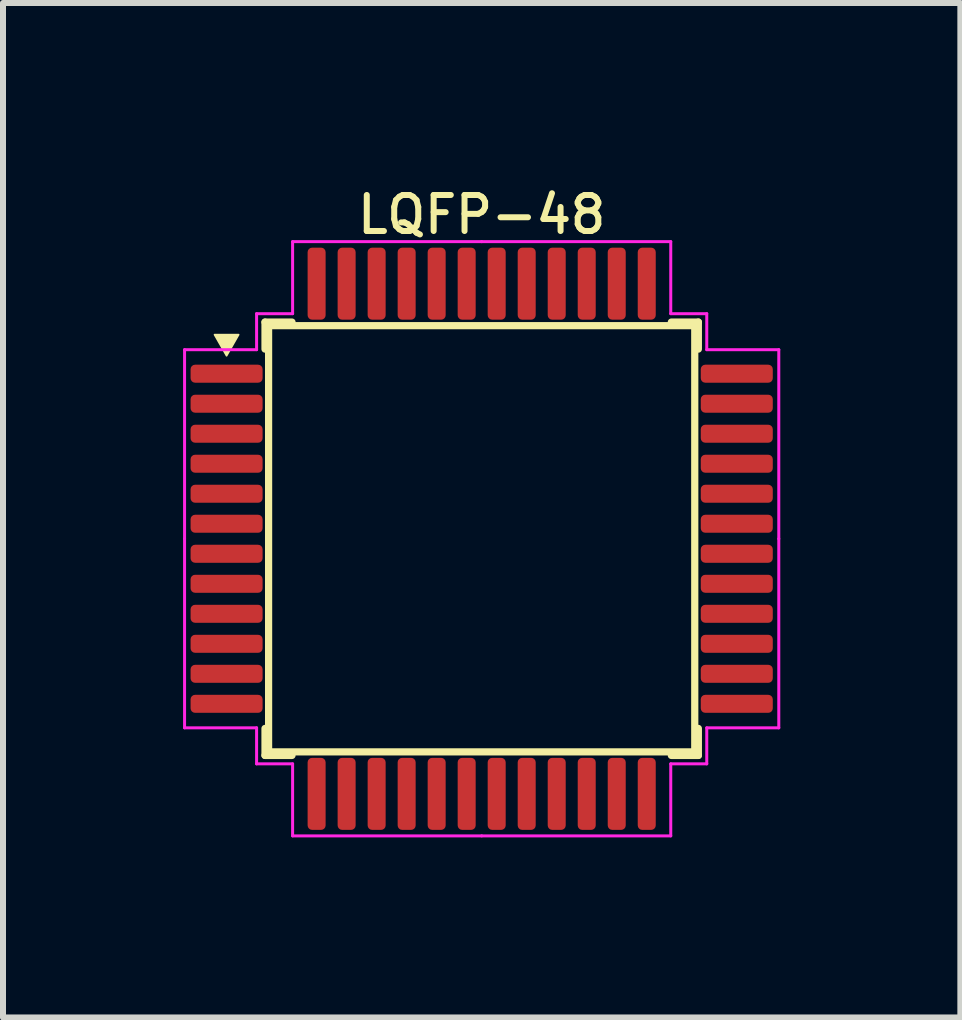
<source format=kicad_pcb>
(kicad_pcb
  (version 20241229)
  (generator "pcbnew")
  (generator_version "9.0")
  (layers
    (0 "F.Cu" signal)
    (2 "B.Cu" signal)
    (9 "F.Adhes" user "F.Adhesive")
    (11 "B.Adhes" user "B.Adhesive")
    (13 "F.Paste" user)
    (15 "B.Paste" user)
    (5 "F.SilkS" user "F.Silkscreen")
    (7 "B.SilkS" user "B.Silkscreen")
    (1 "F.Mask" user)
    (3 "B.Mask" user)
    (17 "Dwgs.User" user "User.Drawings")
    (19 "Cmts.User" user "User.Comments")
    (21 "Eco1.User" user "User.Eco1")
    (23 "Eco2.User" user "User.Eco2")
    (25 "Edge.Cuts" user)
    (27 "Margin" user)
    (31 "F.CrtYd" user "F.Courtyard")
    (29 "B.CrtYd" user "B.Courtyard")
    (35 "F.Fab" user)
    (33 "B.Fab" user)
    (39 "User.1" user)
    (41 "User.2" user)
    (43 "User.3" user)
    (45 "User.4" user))
  (footprint "LQFP-48"
    (layer "F.Cu")
    (at 4.975 5.926)
    (property "Reference" "LQFP-48" (at 0 -5.4 0) (layer "F.SilkS") (effects (font (size 0.6 0.6) (thickness 0.1))))
    (attr smd)
    (fp_line (start -3.61 -3.61) (end -3.61 -3.16) (stroke (width 0.12) (type solid)) (layer "F.SilkS"))
    (fp_line (start -3.61 3.61) (end -3.61 3.16) (stroke (width 0.12) (type solid)) (layer "F.SilkS"))
    (fp_line (start -3.16 -3.61) (end -3.61 -3.61) (stroke (width 0.12) (type solid)) (layer "F.SilkS"))
    (fp_line (start -3.16 3.61) (end -3.61 3.61) (stroke (width 0.12) (type solid)) (layer "F.SilkS"))
    (fp_line (start 3.16 -3.61) (end 3.61 -3.61) (stroke (width 0.12) (type solid)) (layer "F.SilkS"))
    (fp_line (start 3.16 3.61) (end 3.61 3.61) (stroke (width 0.12) (type solid)) (layer "F.SilkS"))
    (fp_line (start 3.61 -3.61) (end 3.61 -3.16) (stroke (width 0.12) (type solid)) (layer "F.SilkS"))
    (fp_line (start 3.61 3.61) (end 3.61 3.16) (stroke (width 0.12) (type solid)) (layer "F.SilkS"))
    (fp_rect (start -3.55 -3.55) (end 3.55 3.55) (stroke (width 0.12) (type default)) (fill no) (layer "F.SilkS"))
    (fp_poly (pts (xy -4.25 -3.05) (xy -4.45 -3.4) (xy -4.05 -3.4)) (stroke (width 0.03) (type solid)) (fill yes) (layer "F.SilkS"))
    (fp_line (start -4.95 -3.15) (end -4.95 0) (stroke (width 0.05) (type solid)) (layer "F.CrtYd"))
    (fp_line (start -4.95 3.15) (end -4.95 0) (stroke (width 0.05) (type solid)) (layer "F.CrtYd"))
    (fp_line (start -3.75 -3.75) (end -3.75 -3.15) (stroke (width 0.05) (type solid)) (layer "F.CrtYd"))
    (fp_line (start -3.75 -3.15) (end -4.95 -3.15) (stroke (width 0.05) (type solid)) (layer "F.CrtYd"))
    (fp_line (start -3.75 3.15) (end -4.95 3.15) (stroke (width 0.05) (type solid)) (layer "F.CrtYd"))
    (fp_line (start -3.75 3.75) (end -3.75 3.15) (stroke (width 0.05) (type solid)) (layer "F.CrtYd"))
    (fp_line (start -3.15 -4.95) (end -3.15 -3.75) (stroke (width 0.05) (type solid)) (layer "F.CrtYd"))
    (fp_line (start -3.15 -3.75) (end -3.75 -3.75) (stroke (width 0.05) (type solid)) (layer "F.CrtYd"))
    (fp_line (start -3.15 3.75) (end -3.75 3.75) (stroke (width 0.05) (type solid)) (layer "F.CrtYd"))
    (fp_line (start -3.15 4.95) (end -3.15 3.75) (stroke (width 0.05) (type solid)) (layer "F.CrtYd"))
    (fp_line (start 0 -4.95) (end -3.15 -4.95) (stroke (width 0.05) (type solid)) (layer "F.CrtYd"))
    (fp_line (start 0 -4.95) (end 3.15 -4.95) (stroke (width 0.05) (type solid)) (layer "F.CrtYd"))
    (fp_line (start 0 4.95) (end -3.15 4.95) (stroke (width 0.05) (type solid)) (layer "F.CrtYd"))
    (fp_line (start 0 4.95) (end 3.15 4.95) (stroke (width 0.05) (type solid)) (layer "F.CrtYd"))
    (fp_line (start 3.15 -4.95) (end 3.15 -3.75) (stroke (width 0.05) (type solid)) (layer "F.CrtYd"))
    (fp_line (start 3.15 -3.75) (end 3.75 -3.75) (stroke (width 0.05) (type solid)) (layer "F.CrtYd"))
    (fp_line (start 3.15 3.75) (end 3.75 3.75) (stroke (width 0.05) (type solid)) (layer "F.CrtYd"))
    (fp_line (start 3.15 4.95) (end 3.15 3.75) (stroke (width 0.05) (type solid)) (layer "F.CrtYd"))
    (fp_line (start 3.75 -3.75) (end 3.75 -3.15) (stroke (width 0.05) (type solid)) (layer "F.CrtYd"))
    (fp_line (start 3.75 -3.15) (end 4.95 -3.15) (stroke (width 0.05) (type solid)) (layer "F.CrtYd"))
    (fp_line (start 3.75 3.15) (end 4.95 3.15) (stroke (width 0.05) (type solid)) (layer "F.CrtYd"))
    (fp_line (start 3.75 3.75) (end 3.75 3.15) (stroke (width 0.05) (type solid)) (layer "F.CrtYd"))
    (fp_line (start 4.95 -3.15) (end 4.95 0) (stroke (width 0.05) (type solid)) (layer "F.CrtYd"))
    (fp_line (start 4.95 3.15) (end 4.95 0) (stroke (width 0.05) (type solid)) (layer "F.CrtYd"))
    (pad "1" smd roundrect (at -4.25 -2.75) (size 1.2 0.3) (layers "F.Cu" "F.Mask" "F.Paste") (roundrect_rratio 0.25))
    (pad "2" smd roundrect (at -4.25 -2.25) (size 1.2 0.3) (layers "F.Cu" "F.Mask" "F.Paste") (roundrect_rratio 0.25))
    (pad "3" smd roundrect (at -4.25 -1.75) (size 1.2 0.3) (layers "F.Cu" "F.Mask" "F.Paste") (roundrect_rratio 0.25))
    (pad "4" smd roundrect (at -4.25 -1.25) (size 1.2 0.3) (layers "F.Cu" "F.Mask" "F.Paste") (roundrect_rratio 0.25))
    (pad "5" smd roundrect (at -4.25 -0.75) (size 1.2 0.3) (layers "F.Cu" "F.Mask" "F.Paste") (roundrect_rratio 0.25))
    (pad "6" smd roundrect (at -4.25 -0.25) (size 1.2 0.3) (layers "F.Cu" "F.Mask" "F.Paste") (roundrect_rratio 0.25))
    (pad "7" smd roundrect (at -4.25 0.25) (size 1.2 0.3) (layers "F.Cu" "F.Mask" "F.Paste") (roundrect_rratio 0.25))
    (pad "8" smd roundrect (at -4.25 0.75) (size 1.2 0.3) (layers "F.Cu" "F.Mask" "F.Paste") (roundrect_rratio 0.25))
    (pad "9" smd roundrect (at -4.25 1.25) (size 1.2 0.3) (layers "F.Cu" "F.Mask" "F.Paste") (roundrect_rratio 0.25))
    (pad "10" smd roundrect (at -4.25 1.75) (size 1.2 0.3) (layers "F.Cu" "F.Mask" "F.Paste") (roundrect_rratio 0.25))
    (pad "11" smd roundrect (at -4.25 2.25) (size 1.2 0.3) (layers "F.Cu" "F.Mask" "F.Paste") (roundrect_rratio 0.25))
    (pad "12" smd roundrect (at -4.25 2.75) (size 1.2 0.3) (layers "F.Cu" "F.Mask" "F.Paste") (roundrect_rratio 0.25))
    (pad "13" smd roundrect (at -2.75 4.25) (size 0.3 1.2) (layers "F.Cu" "F.Mask" "F.Paste") (roundrect_rratio 0.25))
    (pad "14" smd roundrect (at -2.25 4.25) (size 0.3 1.2) (layers "F.Cu" "F.Mask" "F.Paste") (roundrect_rratio 0.25))
    (pad "15" smd roundrect (at -1.75 4.25) (size 0.3 1.2) (layers "F.Cu" "F.Mask" "F.Paste") (roundrect_rratio 0.25))
    (pad "16" smd roundrect (at -1.25 4.25) (size 0.3 1.2) (layers "F.Cu" "F.Mask" "F.Paste") (roundrect_rratio 0.25))
    (pad "17" smd roundrect (at -0.75 4.25) (size 0.3 1.2) (layers "F.Cu" "F.Mask" "F.Paste") (roundrect_rratio 0.25))
    (pad "18" smd roundrect (at -0.25 4.25) (size 0.3 1.2) (layers "F.Cu" "F.Mask" "F.Paste") (roundrect_rratio 0.25))
    (pad "19" smd roundrect (at 0.25 4.25) (size 0.3 1.2) (layers "F.Cu" "F.Mask" "F.Paste") (roundrect_rratio 0.25))
    (pad "20" smd roundrect (at 0.75 4.25) (size 0.3 1.2) (layers "F.Cu" "F.Mask" "F.Paste") (roundrect_rratio 0.25))
    (pad "21" smd roundrect (at 1.25 4.25) (size 0.3 1.2) (layers "F.Cu" "F.Mask" "F.Paste") (roundrect_rratio 0.25))
    (pad "22" smd roundrect (at 1.75 4.25) (size 0.3 1.2) (layers "F.Cu" "F.Mask" "F.Paste") (roundrect_rratio 0.25))
    (pad "23" smd roundrect (at 2.25 4.25) (size 0.3 1.2) (layers "F.Cu" "F.Mask" "F.Paste") (roundrect_rratio 0.25))
    (pad "24" smd roundrect (at 2.75 4.25) (size 0.3 1.2) (layers "F.Cu" "F.Mask" "F.Paste") (roundrect_rratio 0.25))
    (pad "25" smd roundrect (at 4.25 2.75) (size 1.2 0.3) (layers "F.Cu" "F.Mask" "F.Paste") (roundrect_rratio 0.25))
    (pad "26" smd roundrect (at 4.25 2.25) (size 1.2 0.3) (layers "F.Cu" "F.Mask" "F.Paste") (roundrect_rratio 0.25))
    (pad "27" smd roundrect (at 4.25 1.75) (size 1.2 0.3) (layers "F.Cu" "F.Mask" "F.Paste") (roundrect_rratio 0.25))
    (pad "28" smd roundrect (at 4.25 1.25) (size 1.2 0.3) (layers "F.Cu" "F.Mask" "F.Paste") (roundrect_rratio 0.25))
    (pad "29" smd roundrect (at 4.25 0.75) (size 1.2 0.3) (layers "F.Cu" "F.Mask" "F.Paste") (roundrect_rratio 0.25))
    (pad "30" smd roundrect (at 4.25 0.25) (size 1.2 0.3) (layers "F.Cu" "F.Mask" "F.Paste") (roundrect_rratio 0.25))
    (pad "31" smd roundrect (at 4.25 -0.25) (size 1.2 0.3) (layers "F.Cu" "F.Mask" "F.Paste") (roundrect_rratio 0.25))
    (pad "32" smd roundrect (at 4.25 -0.75) (size 1.2 0.3) (layers "F.Cu" "F.Mask" "F.Paste") (roundrect_rratio 0.25))
    (pad "33" smd roundrect (at 4.25 -1.25) (size 1.2 0.3) (layers "F.Cu" "F.Mask" "F.Paste") (roundrect_rratio 0.25))
    (pad "34" smd roundrect (at 4.25 -1.75) (size 1.2 0.3) (layers "F.Cu" "F.Mask" "F.Paste") (roundrect_rratio 0.25))
    (pad "35" smd roundrect (at 4.25 -2.25) (size 1.2 0.3) (layers "F.Cu" "F.Mask" "F.Paste") (roundrect_rratio 0.25))
    (pad "36" smd roundrect (at 4.25 -2.75) (size 1.2 0.3) (layers "F.Cu" "F.Mask" "F.Paste") (roundrect_rratio 0.25))
    (pad "37" smd roundrect (at 2.75 -4.25) (size 0.3 1.2) (layers "F.Cu" "F.Mask" "F.Paste") (roundrect_rratio 0.25))
    (pad "38" smd roundrect (at 2.25 -4.25) (size 0.3 1.2) (layers "F.Cu" "F.Mask" "F.Paste") (roundrect_rratio 0.25))
    (pad "39" smd roundrect (at 1.75 -4.25) (size 0.3 1.2) (layers "F.Cu" "F.Mask" "F.Paste") (roundrect_rratio 0.25))
    (pad "40" smd roundrect (at 1.25 -4.25) (size 0.3 1.2) (layers "F.Cu" "F.Mask" "F.Paste") (roundrect_rratio 0.25))
    (pad "41" smd roundrect (at 0.75 -4.25) (size 0.3 1.2) (layers "F.Cu" "F.Mask" "F.Paste") (roundrect_rratio 0.25))
    (pad "42" smd roundrect (at 0.25 -4.25) (size 0.3 1.2) (layers "F.Cu" "F.Mask" "F.Paste") (roundrect_rratio 0.25))
    (pad "43" smd roundrect (at -0.25 -4.25) (size 0.3 1.2) (layers "F.Cu" "F.Mask" "F.Paste") (roundrect_rratio 0.25))
    (pad "44" smd roundrect (at -0.75 -4.25) (size 0.3 1.2) (layers "F.Cu" "F.Mask" "F.Paste") (roundrect_rratio 0.25))
    (pad "45" smd roundrect (at -1.25 -4.25) (size 0.3 1.2) (layers "F.Cu" "F.Mask" "F.Paste") (roundrect_rratio 0.25))
    (pad "46" smd roundrect (at -1.75 -4.25) (size 0.3 1.2) (layers "F.Cu" "F.Mask" "F.Paste") (roundrect_rratio 0.25))
    (pad "47" smd roundrect (at -2.25 -4.25) (size 0.3 1.2) (layers "F.Cu" "F.Mask" "F.Paste") (roundrect_rratio 0.25))
    (pad "48" smd roundrect (at -2.75 -4.25) (size 0.3 1.2) (layers "F.Cu" "F.Mask" "F.Paste") (roundrect_rratio 0.25)))
  (gr_rect
    (start -3 -3)
    (end 12.95 13.902)
    (stroke (width 0.1) (type default))
    (fill no)
    (layer "Edge.Cuts")))
</source>
